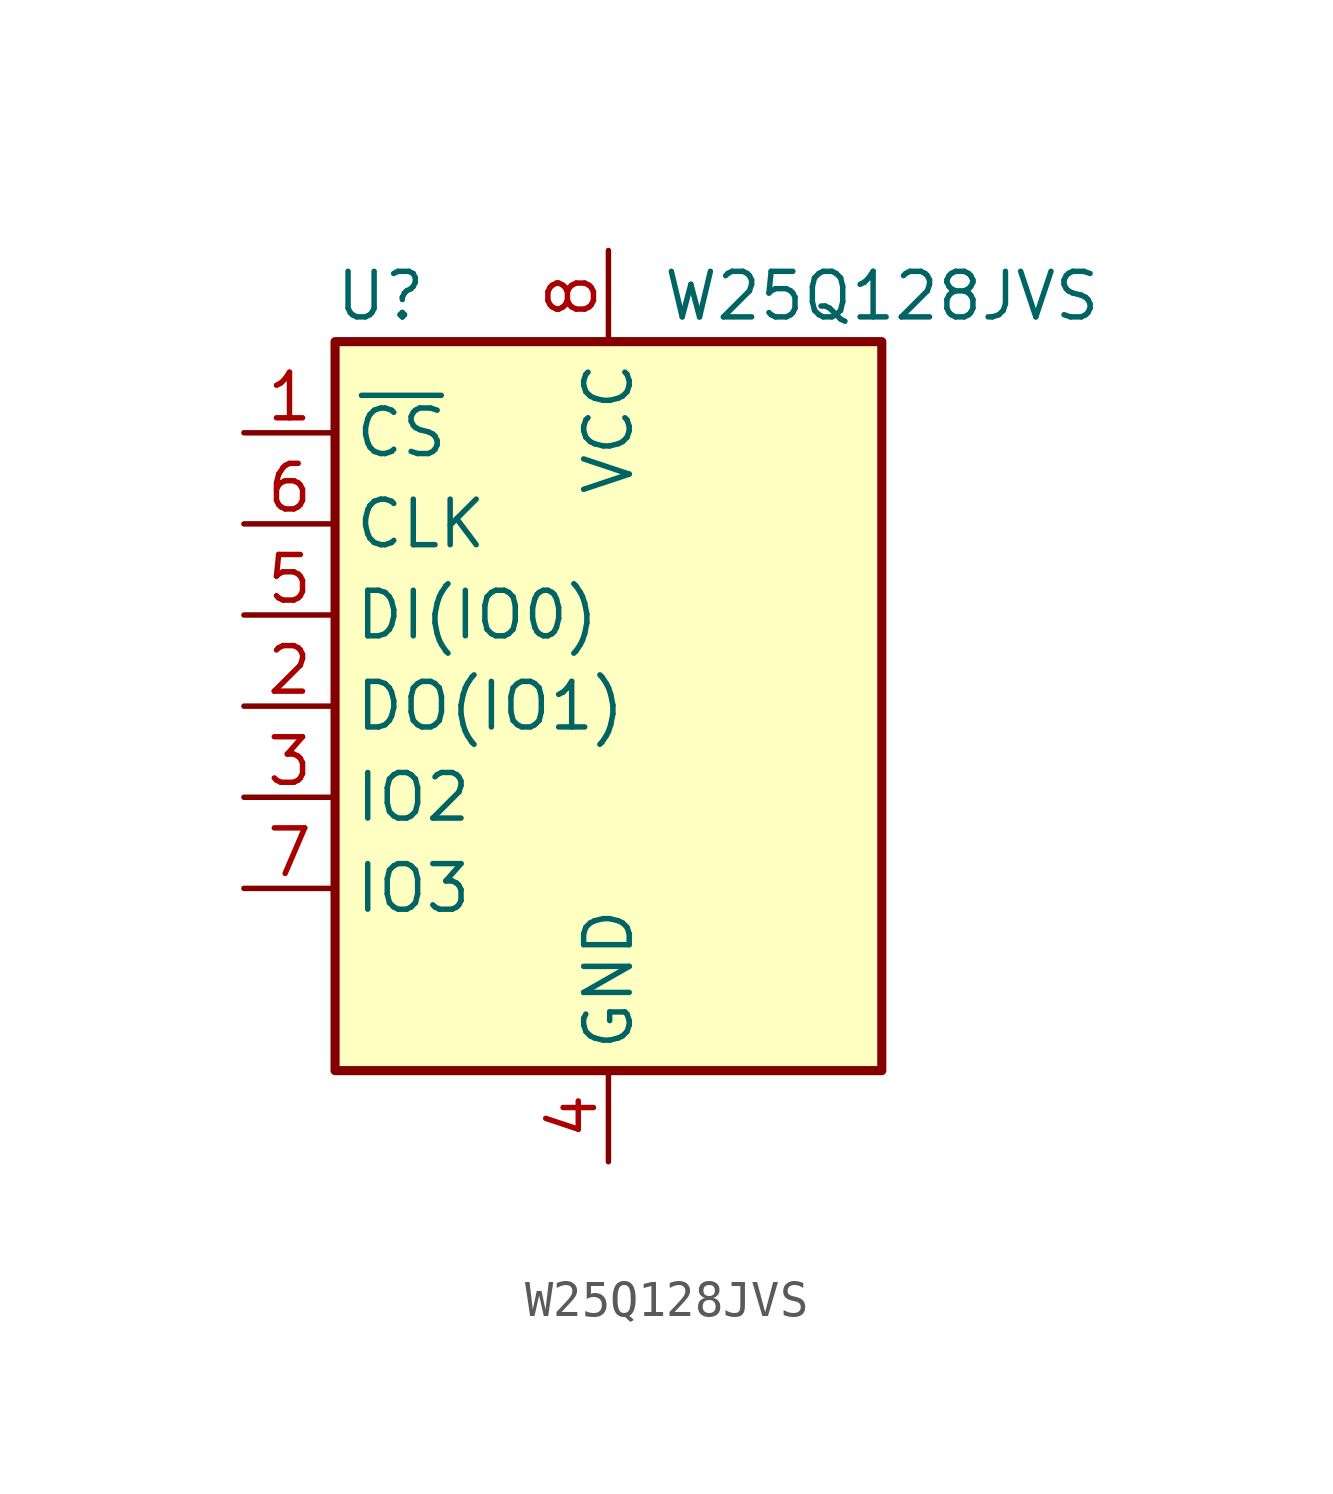
<source format=kicad_sym>
(kicad_symbol_lib
  (version 20231120)
  (generator "kicad_symbol_editor")
  (generator_version "8.0")
  (symbol "W25Q128JVS"
    (property "Reference" "U"
      (at -6.35 11.43 0)
      (effects (font (size 1.27 1.27))))
    (property "Value" "W25Q128JVS"
      (at 7.62 11.43 0)
      (effects (font (size 1.27 1.27))))
    (symbol "W25Q128JVS_0_1"
      (rectangle (start -7.62 10.16) (end 7.62 -10.16) (stroke (width 0.254) (type default)) (fill (type background))))
    (symbol "W25Q128JVS_1_1"
      (pin input line (at -10.16 7.62 0) (length 2.54) (name "~{CS}" (effects (font (size 1.27 1.27)))) (number "1" (effects (font (size 1.27 1.27)))))
      (pin bidirectional line (at -10.16 0 0) (length 2.54) (name "DO(IO1)" (effects (font (size 1.27 1.27)))) (number "2" (effects (font (size 1.27 1.27)))))
      (pin bidirectional line (at -10.16 -2.54 0) (length 2.54) (name "IO2" (effects (font (size 1.27 1.27)))) (number "3" (effects (font (size 1.27 1.27)))))
      (pin power_in line (at 0 -12.7 90) (length 2.54) (name "GND" (effects (font (size 1.27 1.27)))) (number "4" (effects (font (size 1.27 1.27)))))
      (pin bidirectional line (at -10.16 2.54 0) (length 2.54) (name "DI(IO0)" (effects (font (size 1.27 1.27)))) (number "5" (effects (font (size 1.27 1.27)))))
      (pin input line (at -10.16 5.08 0) (length 2.54) (name "CLK" (effects (font (size 1.27 1.27)))) (number "6" (effects (font (size 1.27 1.27)))))
      (pin bidirectional line (at -10.16 -5.08 0) (length 2.54) (name "IO3" (effects (font (size 1.27 1.27)))) (number "7" (effects (font (size 1.27 1.27)))))
      (pin power_in line (at 0 12.7 270) (length 2.54) (name "VCC" (effects (font (size 1.27 1.27)))) (number "8" (effects (font (size 1.27 1.27))))))))
</source>
